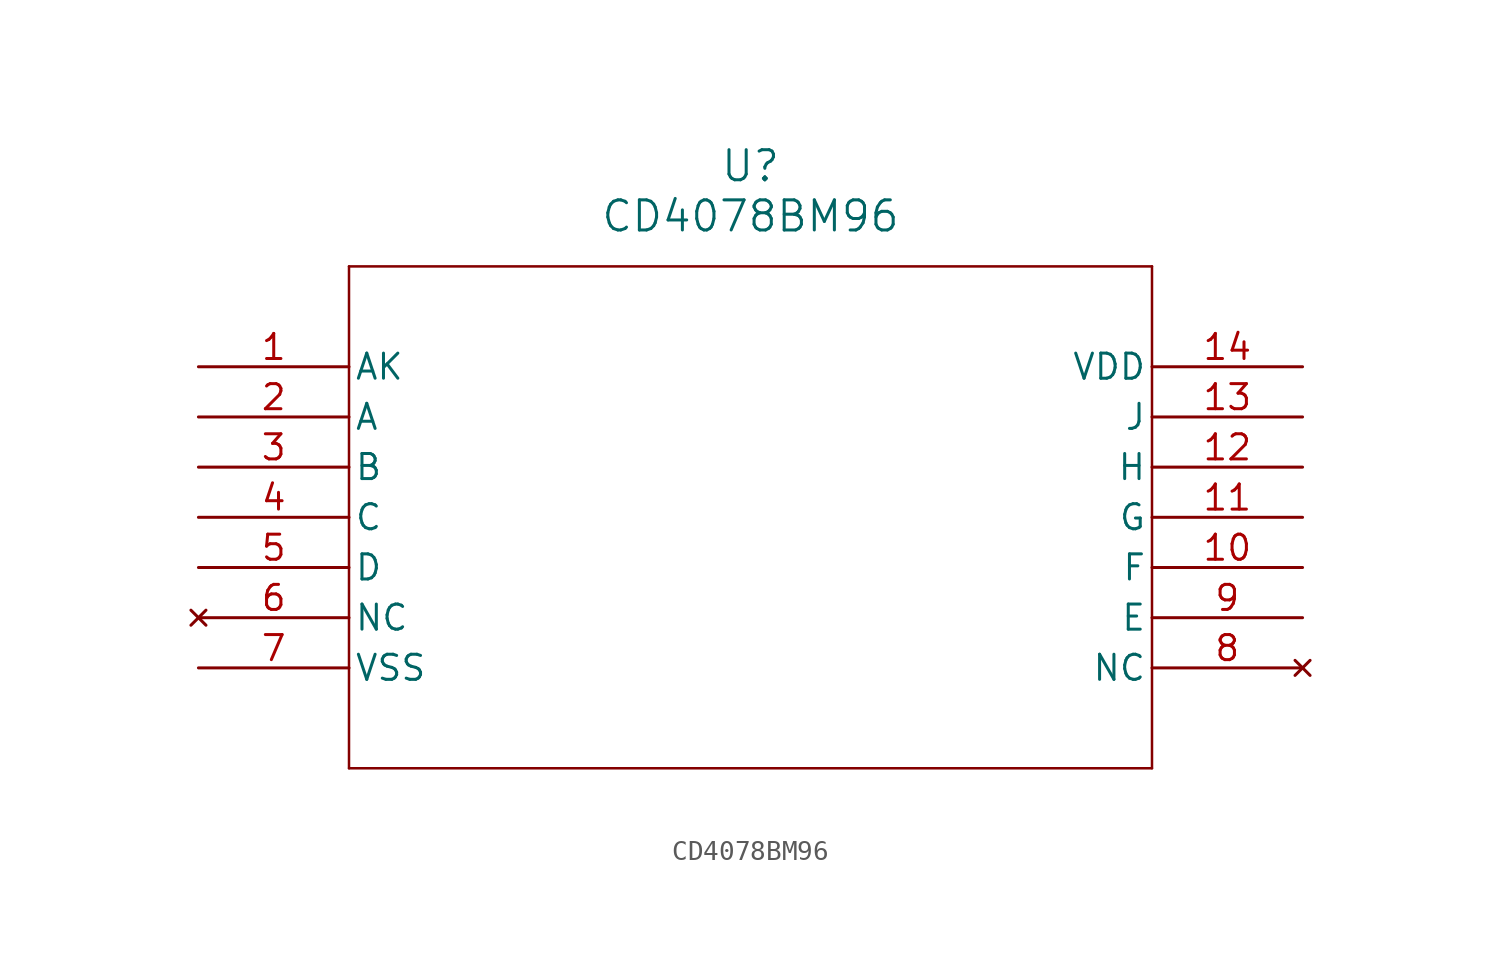
<source format=kicad_sym>
(kicad_symbol_lib
  (version 20211014)
  (generator kicad_symbol_editor)
  (symbol "CD4078BM96"
    (pin_names
      (offset 0.254))
    (property "Reference" "U"
      (at 27.94 10.16 0)
      (effects (font (size 1.524 1.524))))
    (property "Value" "CD4078BM96"
      (at 27.94 7.62 0)
      (effects (font (size 1.524 1.524))))
    (symbol "CD4078BM96_0_1"
      (polyline (pts (xy 7.62 5.08) (xy 7.62 -20.32)) (stroke (width 0.127) (type default) (color 0 0 0 0)) (fill (type none)))
      (polyline (pts (xy 7.62 -20.32) (xy 48.26 -20.32)) (stroke (width 0.127) (type default) (color 0 0 0 0)) (fill (type none)))
      (polyline (pts (xy 48.26 -20.32) (xy 48.26 5.08)) (stroke (width 0.127) (type default) (color 0 0 0 0)) (fill (type none)))
      (polyline (pts (xy 48.26 5.08) (xy 7.62 5.08)) (stroke (width 0.127) (type default) (color 0 0 0 0)) (fill (type none)))
      (pin unspecified line (at 0 0 0) (length 7.62) (name "AK" (effects (font (size 1.27 1.27)))) (number "1" (effects (font (size 1.27 1.27)))))
      (pin unspecified line (at 0 -2.54 0) (length 7.62) (name "A" (effects (font (size 1.27 1.27)))) (number "2" (effects (font (size 1.27 1.27)))))
      (pin unspecified line (at 0 -5.08 0) (length 7.62) (name "B" (effects (font (size 1.27 1.27)))) (number "3" (effects (font (size 1.27 1.27)))))
      (pin unspecified line (at 0 -7.62 0) (length 7.62) (name "C" (effects (font (size 1.27 1.27)))) (number "4" (effects (font (size 1.27 1.27)))))
      (pin unspecified line (at 0 -10.16 0) (length 7.62) (name "D" (effects (font (size 1.27 1.27)))) (number "5" (effects (font (size 1.27 1.27)))))
      (pin no_connect line (at 0 -12.7 0) (length 7.62) (name "NC" (effects (font (size 1.27 1.27)))) (number "6" (effects (font (size 1.27 1.27)))))
      (pin power_in line (at 0 -15.24 0) (length 7.62) (name "VSS" (effects (font (size 1.27 1.27)))) (number "7" (effects (font (size 1.27 1.27)))))
      (pin no_connect line (at 55.88 -15.24 180) (length 7.62) (name "NC" (effects (font (size 1.27 1.27)))) (number "8" (effects (font (size 1.27 1.27)))))
      (pin unspecified line (at 55.88 -12.7 180) (length 7.62) (name "E" (effects (font (size 1.27 1.27)))) (number "9" (effects (font (size 1.27 1.27)))))
      (pin unspecified line (at 55.88 -10.16 180) (length 7.62) (name "F" (effects (font (size 1.27 1.27)))) (number "10" (effects (font (size 1.27 1.27)))))
      (pin unspecified line (at 55.88 -7.62 180) (length 7.62) (name "G" (effects (font (size 1.27 1.27)))) (number "11" (effects (font (size 1.27 1.27)))))
      (pin unspecified line (at 55.88 -5.08 180) (length 7.62) (name "H" (effects (font (size 1.27 1.27)))) (number "12" (effects (font (size 1.27 1.27)))))
      (pin unspecified line (at 55.88 -2.54 180) (length 7.62) (name "J" (effects (font (size 1.27 1.27)))) (number "13" (effects (font (size 1.27 1.27)))))
      (pin power_in line (at 55.88 0 180) (length 7.62) (name "VDD" (effects (font (size 1.27 1.27)))) (number "14" (effects (font (size 1.27 1.27))))))))
</source>
